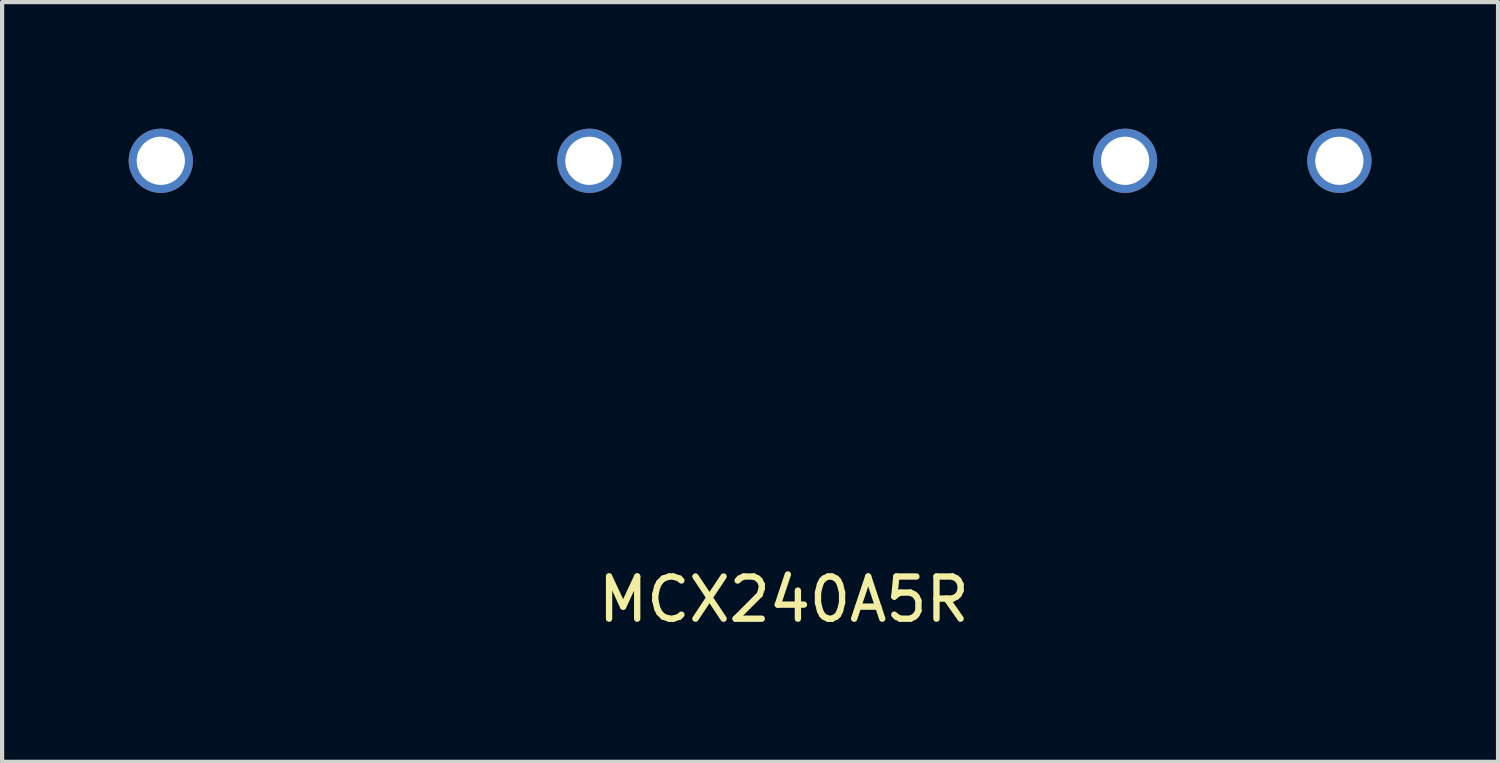
<source format=kicad_pcb>
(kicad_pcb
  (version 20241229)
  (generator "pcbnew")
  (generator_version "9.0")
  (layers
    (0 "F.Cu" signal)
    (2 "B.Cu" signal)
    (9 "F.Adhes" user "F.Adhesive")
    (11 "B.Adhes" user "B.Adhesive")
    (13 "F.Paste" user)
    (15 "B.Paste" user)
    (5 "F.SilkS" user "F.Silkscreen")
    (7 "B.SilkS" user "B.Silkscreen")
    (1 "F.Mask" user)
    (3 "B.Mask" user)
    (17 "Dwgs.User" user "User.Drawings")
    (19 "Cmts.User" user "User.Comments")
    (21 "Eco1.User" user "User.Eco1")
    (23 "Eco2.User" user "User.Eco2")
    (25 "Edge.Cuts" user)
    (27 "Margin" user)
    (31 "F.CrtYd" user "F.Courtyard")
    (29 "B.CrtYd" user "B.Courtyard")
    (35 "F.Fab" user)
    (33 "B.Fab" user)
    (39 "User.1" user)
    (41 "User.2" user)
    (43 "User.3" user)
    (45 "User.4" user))
  (footprint "MCX240A5R"
    (layer "F.Cu")
    (at 14.732 0.762)
    (property "Reference" "MCX240A5R" (at 0.8 10.4 0) (layer "F.SilkS") (effects (font (size 1 1) (thickness 0.15))))
    (attr through_hole)
    (pad "1" thru_hole circle (at 13.97 0) (size 1.524 1.524) (drill 1.143) (layers "*.Cu" "*.Mask"))
    (pad "2" thru_hole circle (at -3.81 0) (size 1.524 1.524) (drill 1.143) (layers "*.Cu" "*.Mask"))
    (pad "3" thru_hole circle (at -13.97 0) (size 1.524 1.524) (drill 1.143) (layers "*.Cu" "*.Mask"))
    (pad "5" thru_hole circle (at 8.89 0) (size 1.524 1.524) (drill 1.143) (layers "*.Cu" "*.Mask")))
  (gr_rect
    (start -3 -3)
    (end 32.464 15.01)
    (stroke (width 0.1) (type default))
    (fill no)
    (layer "Edge.Cuts")))
</source>
